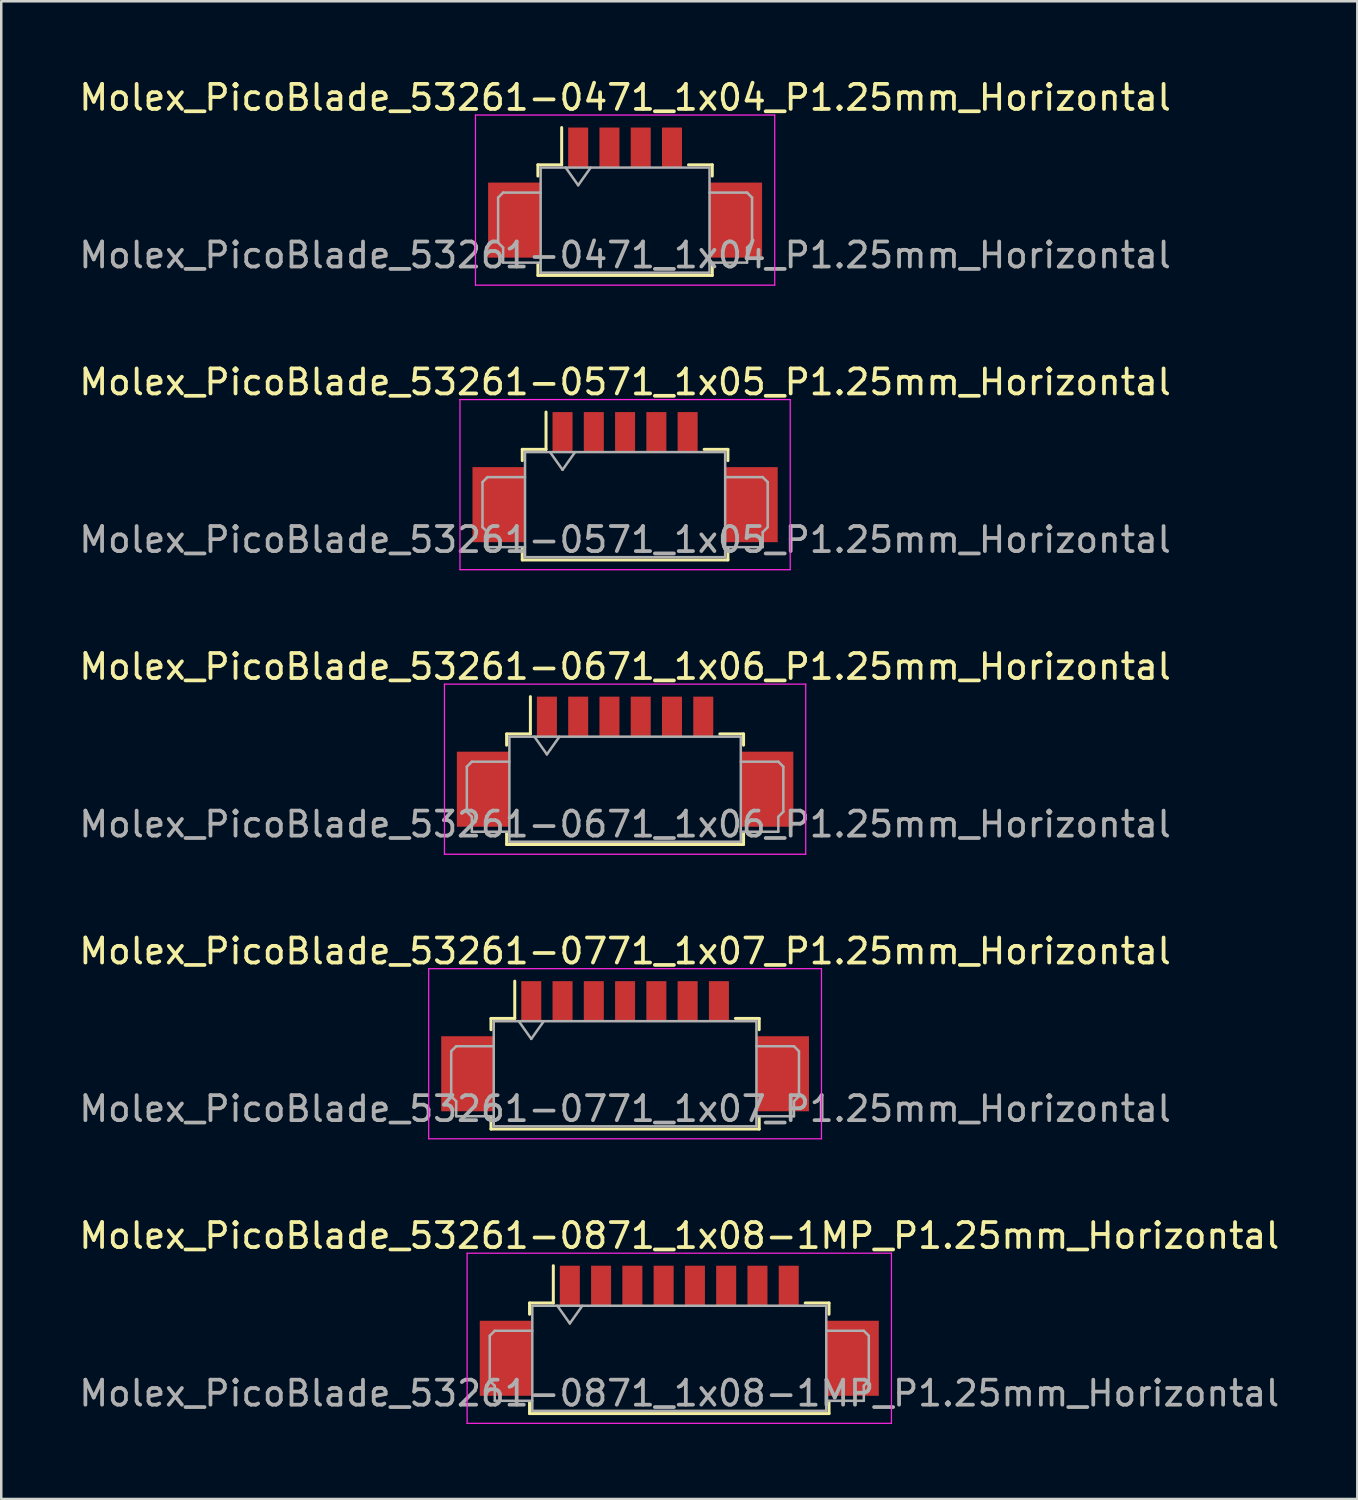
<source format=kicad_pcb>
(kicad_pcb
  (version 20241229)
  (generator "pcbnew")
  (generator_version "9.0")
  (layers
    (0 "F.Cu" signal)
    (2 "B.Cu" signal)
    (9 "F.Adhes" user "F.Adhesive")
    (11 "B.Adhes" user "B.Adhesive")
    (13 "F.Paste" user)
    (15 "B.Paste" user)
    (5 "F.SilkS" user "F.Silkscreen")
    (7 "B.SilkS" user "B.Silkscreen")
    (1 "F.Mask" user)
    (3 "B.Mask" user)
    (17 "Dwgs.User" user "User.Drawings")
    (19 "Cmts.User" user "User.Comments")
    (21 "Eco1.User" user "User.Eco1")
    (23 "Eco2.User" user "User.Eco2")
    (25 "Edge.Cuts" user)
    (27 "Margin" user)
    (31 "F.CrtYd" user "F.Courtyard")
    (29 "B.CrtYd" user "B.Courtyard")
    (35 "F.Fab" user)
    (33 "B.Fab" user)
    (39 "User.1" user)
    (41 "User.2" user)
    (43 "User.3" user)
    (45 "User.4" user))
  (footprint "Molex_PicoBlade_53261-0871_1x08-1MP_P1.25mm_Horizontal"
    (layer "F.Cu")
    (at 24.101 50.741)
    (property "Reference" "Molex_PicoBlade_53261-0871_1x08-1MP_P1.25mm_Horizontal" (at 0 -4.4 0) (layer "F.SilkS") (effects (font (size 1 1) (thickness 0.15))))
    (attr smd)
    (fp_line (start -5.985 -1.71) (end -5.035 -1.71) (stroke (width 0.12) (type solid)) (layer "F.SilkS"))
    (fp_line (start -5.985 -1.26) (end -5.985 -1.71) (stroke (width 0.12) (type solid)) (layer "F.SilkS"))
    (fp_line (start -5.985 2.26) (end -5.985 2.71) (stroke (width 0.12) (type solid)) (layer "F.SilkS"))
    (fp_line (start -5.985 2.71) (end 5.985 2.71) (stroke (width 0.12) (type solid)) (layer "F.SilkS"))
    (fp_line (start -5.035 -1.71) (end -5.035 -3.2) (stroke (width 0.12) (type solid)) (layer "F.SilkS"))
    (fp_line (start 5.985 -1.71) (end 5.035 -1.71) (stroke (width 0.12) (type solid)) (layer "F.SilkS"))
    (fp_line (start 5.985 -1.26) (end 5.985 -1.71) (stroke (width 0.12) (type solid)) (layer "F.SilkS"))
    (fp_line (start 5.985 2.71) (end 5.985 2.26) (stroke (width 0.12) (type solid)) (layer "F.SilkS"))
    (fp_line (start -8.48 -3.7) (end -8.48 3.1) (stroke (width 0.05) (type solid)) (layer "F.CrtYd"))
    (fp_line (start -8.48 3.1) (end 8.48 3.1) (stroke (width 0.05) (type solid)) (layer "F.CrtYd"))
    (fp_line (start 8.48 -3.7) (end -8.48 -3.7) (stroke (width 0.05) (type solid)) (layer "F.CrtYd"))
    (fp_line (start 8.48 3.1) (end 8.48 -3.7) (stroke (width 0.05) (type solid)) (layer "F.CrtYd"))
    (fp_line (start -7.575 -0.4) (end -7.575 1.4) (stroke (width 0.1) (type solid)) (layer "F.Fab"))
    (fp_line (start -7.575 1.4) (end -7.375 1.6) (stroke (width 0.1) (type solid)) (layer "F.Fab"))
    (fp_line (start -7.375 -0.6) (end -7.575 -0.4) (stroke (width 0.1) (type solid)) (layer "F.Fab"))
    (fp_line (start -7.375 1.6) (end -7.375 2.2) (stroke (width 0.1) (type solid)) (layer "F.Fab"))
    (fp_line (start -7.375 2.2) (end -5.875 2.2) (stroke (width 0.1) (type solid)) (layer "F.Fab"))
    (fp_line (start -5.875 -1.6) (end -5.875 2.6) (stroke (width 0.1) (type solid)) (layer "F.Fab"))
    (fp_line (start -5.875 -1.6) (end 5.875 -1.6) (stroke (width 0.1) (type solid)) (layer "F.Fab"))
    (fp_line (start -5.875 -0.6) (end -7.375 -0.6) (stroke (width 0.1) (type solid)) (layer "F.Fab"))
    (fp_line (start -5.875 2.6) (end 5.875 2.6) (stroke (width 0.1) (type solid)) (layer "F.Fab"))
    (fp_line (start -4.875 -1.6) (end -4.375 -0.893) (stroke (width 0.1) (type solid)) (layer "F.Fab"))
    (fp_line (start -4.375 -0.893) (end -3.875 -1.6) (stroke (width 0.1) (type solid)) (layer "F.Fab"))
    (fp_line (start 5.875 -1.6) (end 5.875 2.6) (stroke (width 0.1) (type solid)) (layer "F.Fab"))
    (fp_line (start 5.875 -0.6) (end 7.375 -0.6) (stroke (width 0.1) (type solid)) (layer "F.Fab"))
    (fp_line (start 7.375 -0.6) (end 7.575 -0.4) (stroke (width 0.1) (type solid)) (layer "F.Fab"))
    (fp_line (start 7.375 1.6) (end 7.375 2.2) (stroke (width 0.1) (type solid)) (layer "F.Fab"))
    (fp_line (start 7.375 2.2) (end 5.875 2.2) (stroke (width 0.1) (type solid)) (layer "F.Fab"))
    (fp_line (start 7.575 -0.4) (end 7.575 1.4) (stroke (width 0.1) (type solid)) (layer "F.Fab"))
    (fp_line (start 7.575 1.4) (end 7.375 1.6) (stroke (width 0.1) (type solid)) (layer "F.Fab"))
    (fp_text user "${REFERENCE}" (at 0 1.9 0) (layer "F.Fab") (effects (font (size 1 1) (thickness 0.15))))
    (pad "1" smd rect (at -4.375 -2.4) (size 0.8 1.6) (layers "F.Cu" "F.Mask" "F.Paste"))
    (pad "2" smd rect (at -3.125 -2.4) (size 0.8 1.6) (layers "F.Cu" "F.Mask" "F.Paste"))
    (pad "3" smd rect (at -1.875 -2.4) (size 0.8 1.6) (layers "F.Cu" "F.Mask" "F.Paste"))
    (pad "4" smd rect (at -0.625 -2.4) (size 0.8 1.6) (layers "F.Cu" "F.Mask" "F.Paste"))
    (pad "5" smd rect (at 0.625 -2.4) (size 0.8 1.6) (layers "F.Cu" "F.Mask" "F.Paste"))
    (pad "6" smd rect (at 1.875 -2.4) (size 0.8 1.6) (layers "F.Cu" "F.Mask" "F.Paste"))
    (pad "7" smd rect (at 3.125 -2.4) (size 0.8 1.6) (layers "F.Cu" "F.Mask" "F.Paste"))
    (pad "8" smd rect (at 4.375 -2.4) (size 0.8 1.6) (layers "F.Cu" "F.Mask" "F.Paste"))
    (pad "MP" smd rect (at -6.925 0.5) (size 2.1 3) (layers "F.Cu" "F.Mask" "F.Paste"))
    (pad "MP" smd rect (at 6.925 0.5) (size 2.1 3) (layers "F.Cu" "F.Mask" "F.Paste")))
  (footprint "Molex_PicoBlade_53261-0771_1x07_P1.25mm_Horizontal"
    (layer "F.Cu")
    (at 21.935 39.768)
    (property "Reference" "Molex_PicoBlade_53261-0771_1x07_P1.25mm_Horizontal" (at 0 -4.8 0) (layer "F.SilkS") (effects (font (size 1 1) (thickness 0.15))))
    (attr smd)
    (fp_line (start -5.36 -2.11) (end -4.41 -2.11) (stroke (width 0.12) (type solid)) (layer "F.SilkS"))
    (fp_line (start -5.36 -1.66) (end -5.36 -2.11) (stroke (width 0.12) (type solid)) (layer "F.SilkS"))
    (fp_line (start -5.36 1.86) (end -5.36 2.31) (stroke (width 0.12) (type solid)) (layer "F.SilkS"))
    (fp_line (start -5.36 2.31) (end 5.36 2.31) (stroke (width 0.12) (type solid)) (layer "F.SilkS"))
    (fp_line (start -4.41 -2.11) (end -4.41 -3.6) (stroke (width 0.12) (type solid)) (layer "F.SilkS"))
    (fp_line (start 5.36 -2.11) (end 4.41 -2.11) (stroke (width 0.12) (type solid)) (layer "F.SilkS"))
    (fp_line (start 5.36 -1.66) (end 5.36 -2.11) (stroke (width 0.12) (type solid)) (layer "F.SilkS"))
    (fp_line (start 5.36 2.31) (end 5.36 1.86) (stroke (width 0.12) (type solid)) (layer "F.SilkS"))
    (fp_line (start -7.85 -4.1) (end -7.85 2.7) (stroke (width 0.05) (type solid)) (layer "F.CrtYd"))
    (fp_line (start -7.85 2.7) (end 7.85 2.7) (stroke (width 0.05) (type solid)) (layer "F.CrtYd"))
    (fp_line (start 7.85 -4.1) (end -7.85 -4.1) (stroke (width 0.05) (type solid)) (layer "F.CrtYd"))
    (fp_line (start 7.85 2.7) (end 7.85 -4.1) (stroke (width 0.05) (type solid)) (layer "F.CrtYd"))
    (fp_line (start -6.95 -0.8) (end -6.95 1) (stroke (width 0.1) (type solid)) (layer "F.Fab"))
    (fp_line (start -6.95 1) (end -6.75 1.2) (stroke (width 0.1) (type solid)) (layer "F.Fab"))
    (fp_line (start -6.75 -1) (end -6.95 -0.8) (stroke (width 0.1) (type solid)) (layer "F.Fab"))
    (fp_line (start -6.75 1.2) (end -6.75 1.8) (stroke (width 0.1) (type solid)) (layer "F.Fab"))
    (fp_line (start -6.75 1.8) (end -5.25 1.8) (stroke (width 0.1) (type solid)) (layer "F.Fab"))
    (fp_line (start -5.25 -2) (end -5.25 2.2) (stroke (width 0.1) (type solid)) (layer "F.Fab"))
    (fp_line (start -5.25 -2) (end 5.25 -2) (stroke (width 0.1) (type solid)) (layer "F.Fab"))
    (fp_line (start -5.25 -1) (end -6.75 -1) (stroke (width 0.1) (type solid)) (layer "F.Fab"))
    (fp_line (start -5.25 2.2) (end 5.25 2.2) (stroke (width 0.1) (type solid)) (layer "F.Fab"))
    (fp_line (start -4.25 -2) (end -3.75 -1.293) (stroke (width 0.1) (type solid)) (layer "F.Fab"))
    (fp_line (start -3.75 -1.293) (end -3.25 -2) (stroke (width 0.1) (type solid)) (layer "F.Fab"))
    (fp_line (start 5.25 -2) (end 5.25 2.2) (stroke (width 0.1) (type solid)) (layer "F.Fab"))
    (fp_line (start 5.25 -1) (end 6.75 -1) (stroke (width 0.1) (type solid)) (layer "F.Fab"))
    (fp_line (start 6.75 -1) (end 6.95 -0.8) (stroke (width 0.1) (type solid)) (layer "F.Fab"))
    (fp_line (start 6.75 1.2) (end 6.75 1.8) (stroke (width 0.1) (type solid)) (layer "F.Fab"))
    (fp_line (start 6.75 1.8) (end 5.25 1.8) (stroke (width 0.1) (type solid)) (layer "F.Fab"))
    (fp_line (start 6.95 -0.8) (end 6.95 1) (stroke (width 0.1) (type solid)) (layer "F.Fab"))
    (fp_line (start 6.95 1) (end 6.75 1.2) (stroke (width 0.1) (type solid)) (layer "F.Fab"))
    (fp_text user "${REFERENCE}" (at 0 1.5 0) (layer "F.Fab") (effects (font (size 1 1) (thickness 0.15))))
    (pad "" smd rect (at -6.3 0.1) (size 2.1 3) (layers "F.Cu" "F.Mask" "F.Paste"))
    (pad "" smd rect (at 6.3 0.1) (size 2.1 3) (layers "F.Cu" "F.Mask" "F.Paste"))
    (pad "1" smd rect (at -3.75 -2.8) (size 0.8 1.6) (layers "F.Cu" "F.Mask" "F.Paste"))
    (pad "2" smd rect (at -2.5 -2.8) (size 0.8 1.6) (layers "F.Cu" "F.Mask" "F.Paste"))
    (pad "3" smd rect (at -1.25 -2.8) (size 0.8 1.6) (layers "F.Cu" "F.Mask" "F.Paste"))
    (pad "4" smd rect (at 0 -2.8) (size 0.8 1.6) (layers "F.Cu" "F.Mask" "F.Paste"))
    (pad "5" smd rect (at 1.25 -2.8) (size 0.8 1.6) (layers "F.Cu" "F.Mask" "F.Paste"))
    (pad "6" smd rect (at 2.5 -2.8) (size 0.8 1.6) (layers "F.Cu" "F.Mask" "F.Paste"))
    (pad "7" smd rect (at 3.75 -2.8) (size 0.8 1.6) (layers "F.Cu" "F.Mask" "F.Paste")))
  (footprint "Molex_PicoBlade_53261-0571_1x05_P1.25mm_Horizontal"
    (layer "F.Cu")
    (at 21.935 17.021)
    (property "Reference" "Molex_PicoBlade_53261-0571_1x05_P1.25mm_Horizontal" (at 0 -4.8 0) (layer "F.SilkS") (effects (font (size 1 1) (thickness 0.15))))
    (attr smd)
    (fp_line (start -4.11 -2.11) (end -3.16 -2.11) (stroke (width 0.12) (type solid)) (layer "F.SilkS"))
    (fp_line (start -4.11 -1.66) (end -4.11 -2.11) (stroke (width 0.12) (type solid)) (layer "F.SilkS"))
    (fp_line (start -4.11 1.86) (end -4.11 2.31) (stroke (width 0.12) (type solid)) (layer "F.SilkS"))
    (fp_line (start -4.11 2.31) (end 4.11 2.31) (stroke (width 0.12) (type solid)) (layer "F.SilkS"))
    (fp_line (start -3.16 -2.11) (end -3.16 -3.6) (stroke (width 0.12) (type solid)) (layer "F.SilkS"))
    (fp_line (start 4.11 -2.11) (end 3.16 -2.11) (stroke (width 0.12) (type solid)) (layer "F.SilkS"))
    (fp_line (start 4.11 -1.66) (end 4.11 -2.11) (stroke (width 0.12) (type solid)) (layer "F.SilkS"))
    (fp_line (start 4.11 2.31) (end 4.11 1.86) (stroke (width 0.12) (type solid)) (layer "F.SilkS"))
    (fp_line (start -6.6 -4.1) (end -6.6 2.7) (stroke (width 0.05) (type solid)) (layer "F.CrtYd"))
    (fp_line (start -6.6 2.7) (end 6.6 2.7) (stroke (width 0.05) (type solid)) (layer "F.CrtYd"))
    (fp_line (start 6.6 -4.1) (end -6.6 -4.1) (stroke (width 0.05) (type solid)) (layer "F.CrtYd"))
    (fp_line (start 6.6 2.7) (end 6.6 -4.1) (stroke (width 0.05) (type solid)) (layer "F.CrtYd"))
    (fp_line (start -5.7 -0.8) (end -5.7 1) (stroke (width 0.1) (type solid)) (layer "F.Fab"))
    (fp_line (start -5.7 1) (end -5.5 1.2) (stroke (width 0.1) (type solid)) (layer "F.Fab"))
    (fp_line (start -5.5 -1) (end -5.7 -0.8) (stroke (width 0.1) (type solid)) (layer "F.Fab"))
    (fp_line (start -5.5 1.2) (end -5.5 1.8) (stroke (width 0.1) (type solid)) (layer "F.Fab"))
    (fp_line (start -5.5 1.8) (end -4 1.8) (stroke (width 0.1) (type solid)) (layer "F.Fab"))
    (fp_line (start -4 -2) (end -4 2.2) (stroke (width 0.1) (type solid)) (layer "F.Fab"))
    (fp_line (start -4 -2) (end 4 -2) (stroke (width 0.1) (type solid)) (layer "F.Fab"))
    (fp_line (start -4 -1) (end -5.5 -1) (stroke (width 0.1) (type solid)) (layer "F.Fab"))
    (fp_line (start -4 2.2) (end 4 2.2) (stroke (width 0.1) (type solid)) (layer "F.Fab"))
    (fp_line (start -3 -2) (end -2.5 -1.293) (stroke (width 0.1) (type solid)) (layer "F.Fab"))
    (fp_line (start -2.5 -1.293) (end -2 -2) (stroke (width 0.1) (type solid)) (layer "F.Fab"))
    (fp_line (start 4 -2) (end 4 2.2) (stroke (width 0.1) (type solid)) (layer "F.Fab"))
    (fp_line (start 4 -1) (end 5.5 -1) (stroke (width 0.1) (type solid)) (layer "F.Fab"))
    (fp_line (start 5.5 -1) (end 5.7 -0.8) (stroke (width 0.1) (type solid)) (layer "F.Fab"))
    (fp_line (start 5.5 1.2) (end 5.5 1.8) (stroke (width 0.1) (type solid)) (layer "F.Fab"))
    (fp_line (start 5.5 1.8) (end 4 1.8) (stroke (width 0.1) (type solid)) (layer "F.Fab"))
    (fp_line (start 5.7 -0.8) (end 5.7 1) (stroke (width 0.1) (type solid)) (layer "F.Fab"))
    (fp_line (start 5.7 1) (end 5.5 1.2) (stroke (width 0.1) (type solid)) (layer "F.Fab"))
    (fp_text user "${REFERENCE}" (at 0 1.5 0) (layer "F.Fab") (effects (font (size 1 1) (thickness 0.15))))
    (pad "" smd rect (at -5.05 0.1) (size 2.1 3) (layers "F.Cu" "F.Mask" "F.Paste"))
    (pad "" smd rect (at 5.05 0.1) (size 2.1 3) (layers "F.Cu" "F.Mask" "F.Paste"))
    (pad "1" smd rect (at -2.5 -2.8) (size 0.8 1.6) (layers "F.Cu" "F.Mask" "F.Paste"))
    (pad "2" smd rect (at -1.25 -2.8) (size 0.8 1.6) (layers "F.Cu" "F.Mask" "F.Paste"))
    (pad "3" smd rect (at 0 -2.8) (size 0.8 1.6) (layers "F.Cu" "F.Mask" "F.Paste"))
    (pad "4" smd rect (at 1.25 -2.8) (size 0.8 1.6) (layers "F.Cu" "F.Mask" "F.Paste"))
    (pad "5" smd rect (at 2.5 -2.8) (size 0.8 1.6) (layers "F.Cu" "F.Mask" "F.Paste")))
  (footprint "Molex_PicoBlade_53261-0671_1x06_P1.25mm_Horizontal"
    (layer "F.Cu")
    (at 21.935 28.395)
    (property "Reference" "Molex_PicoBlade_53261-0671_1x06_P1.25mm_Horizontal" (at 0 -4.8 0) (layer "F.SilkS") (effects (font (size 1 1) (thickness 0.15))))
    (attr smd)
    (fp_line (start -4.735 -2.11) (end -3.785 -2.11) (stroke (width 0.12) (type solid)) (layer "F.SilkS"))
    (fp_line (start -4.735 -1.66) (end -4.735 -2.11) (stroke (width 0.12) (type solid)) (layer "F.SilkS"))
    (fp_line (start -4.735 1.86) (end -4.735 2.31) (stroke (width 0.12) (type solid)) (layer "F.SilkS"))
    (fp_line (start -4.735 2.31) (end 4.735 2.31) (stroke (width 0.12) (type solid)) (layer "F.SilkS"))
    (fp_line (start -3.785 -2.11) (end -3.785 -3.6) (stroke (width 0.12) (type solid)) (layer "F.SilkS"))
    (fp_line (start 4.735 -2.11) (end 3.785 -2.11) (stroke (width 0.12) (type solid)) (layer "F.SilkS"))
    (fp_line (start 4.735 -1.66) (end 4.735 -2.11) (stroke (width 0.12) (type solid)) (layer "F.SilkS"))
    (fp_line (start 4.735 2.31) (end 4.735 1.86) (stroke (width 0.12) (type solid)) (layer "F.SilkS"))
    (fp_line (start -7.22 -4.1) (end -7.22 2.7) (stroke (width 0.05) (type solid)) (layer "F.CrtYd"))
    (fp_line (start -7.22 2.7) (end 7.22 2.7) (stroke (width 0.05) (type solid)) (layer "F.CrtYd"))
    (fp_line (start 7.22 -4.1) (end -7.22 -4.1) (stroke (width 0.05) (type solid)) (layer "F.CrtYd"))
    (fp_line (start 7.22 2.7) (end 7.22 -4.1) (stroke (width 0.05) (type solid)) (layer "F.CrtYd"))
    (fp_line (start -6.325 -0.8) (end -6.325 1) (stroke (width 0.1) (type solid)) (layer "F.Fab"))
    (fp_line (start -6.325 1) (end -6.125 1.2) (stroke (width 0.1) (type solid)) (layer "F.Fab"))
    (fp_line (start -6.125 -1) (end -6.325 -0.8) (stroke (width 0.1) (type solid)) (layer "F.Fab"))
    (fp_line (start -6.125 1.2) (end -6.125 1.8) (stroke (width 0.1) (type solid)) (layer "F.Fab"))
    (fp_line (start -6.125 1.8) (end -4.625 1.8) (stroke (width 0.1) (type solid)) (layer "F.Fab"))
    (fp_line (start -4.625 -2) (end -4.625 2.2) (stroke (width 0.1) (type solid)) (layer "F.Fab"))
    (fp_line (start -4.625 -2) (end 4.625 -2) (stroke (width 0.1) (type solid)) (layer "F.Fab"))
    (fp_line (start -4.625 -1) (end -6.125 -1) (stroke (width 0.1) (type solid)) (layer "F.Fab"))
    (fp_line (start -4.625 2.2) (end 4.625 2.2) (stroke (width 0.1) (type solid)) (layer "F.Fab"))
    (fp_line (start -3.625 -2) (end -3.125 -1.293) (stroke (width 0.1) (type solid)) (layer "F.Fab"))
    (fp_line (start -3.125 -1.293) (end -2.625 -2) (stroke (width 0.1) (type solid)) (layer "F.Fab"))
    (fp_line (start 4.625 -2) (end 4.625 2.2) (stroke (width 0.1) (type solid)) (layer "F.Fab"))
    (fp_line (start 4.625 -1) (end 6.125 -1) (stroke (width 0.1) (type solid)) (layer "F.Fab"))
    (fp_line (start 6.125 -1) (end 6.325 -0.8) (stroke (width 0.1) (type solid)) (layer "F.Fab"))
    (fp_line (start 6.125 1.2) (end 6.125 1.8) (stroke (width 0.1) (type solid)) (layer "F.Fab"))
    (fp_line (start 6.125 1.8) (end 4.625 1.8) (stroke (width 0.1) (type solid)) (layer "F.Fab"))
    (fp_line (start 6.325 -0.8) (end 6.325 1) (stroke (width 0.1) (type solid)) (layer "F.Fab"))
    (fp_line (start 6.325 1) (end 6.125 1.2) (stroke (width 0.1) (type solid)) (layer "F.Fab"))
    (fp_text user "${REFERENCE}" (at 0 1.5 0) (layer "F.Fab") (effects (font (size 1 1) (thickness 0.15))))
    (pad "" smd rect (at -5.675 0.1) (size 2.1 3) (layers "F.Cu" "F.Mask" "F.Paste"))
    (pad "" smd rect (at 5.675 0.1) (size 2.1 3) (layers "F.Cu" "F.Mask" "F.Paste"))
    (pad "1" smd rect (at -3.125 -2.8) (size 0.8 1.6) (layers "F.Cu" "F.Mask" "F.Paste"))
    (pad "2" smd rect (at -1.875 -2.8) (size 0.8 1.6) (layers "F.Cu" "F.Mask" "F.Paste"))
    (pad "3" smd rect (at -0.625 -2.8) (size 0.8 1.6) (layers "F.Cu" "F.Mask" "F.Paste"))
    (pad "4" smd rect (at 0.625 -2.8) (size 0.8 1.6) (layers "F.Cu" "F.Mask" "F.Paste"))
    (pad "5" smd rect (at 1.875 -2.8) (size 0.8 1.6) (layers "F.Cu" "F.Mask" "F.Paste"))
    (pad "6" smd rect (at 3.125 -2.8) (size 0.8 1.6) (layers "F.Cu" "F.Mask" "F.Paste")))
  (footprint "Molex_PicoBlade_53261-0471_1x04_P1.25mm_Horizontal"
    (layer "F.Cu")
    (at 21.935 5.648)
    (property "Reference" "Molex_PicoBlade_53261-0471_1x04_P1.25mm_Horizontal" (at 0 -4.8 0) (layer "F.SilkS") (effects (font (size 1 1) (thickness 0.15))))
    (attr smd)
    (fp_line (start -3.485 -2.11) (end -2.535 -2.11) (stroke (width 0.12) (type solid)) (layer "F.SilkS"))
    (fp_line (start -3.485 -1.66) (end -3.485 -2.11) (stroke (width 0.12) (type solid)) (layer "F.SilkS"))
    (fp_line (start -3.485 1.86) (end -3.485 2.31) (stroke (width 0.12) (type solid)) (layer "F.SilkS"))
    (fp_line (start -3.485 2.31) (end 3.485 2.31) (stroke (width 0.12) (type solid)) (layer "F.SilkS"))
    (fp_line (start -2.535 -2.11) (end -2.535 -3.6) (stroke (width 0.12) (type solid)) (layer "F.SilkS"))
    (fp_line (start 3.485 -2.11) (end 2.535 -2.11) (stroke (width 0.12) (type solid)) (layer "F.SilkS"))
    (fp_line (start 3.485 -1.66) (end 3.485 -2.11) (stroke (width 0.12) (type solid)) (layer "F.SilkS"))
    (fp_line (start 3.485 2.31) (end 3.485 1.86) (stroke (width 0.12) (type solid)) (layer "F.SilkS"))
    (fp_line (start -5.98 -4.1) (end -5.98 2.7) (stroke (width 0.05) (type solid)) (layer "F.CrtYd"))
    (fp_line (start -5.98 2.7) (end 5.98 2.7) (stroke (width 0.05) (type solid)) (layer "F.CrtYd"))
    (fp_line (start 5.98 -4.1) (end -5.98 -4.1) (stroke (width 0.05) (type solid)) (layer "F.CrtYd"))
    (fp_line (start 5.98 2.7) (end 5.98 -4.1) (stroke (width 0.05) (type solid)) (layer "F.CrtYd"))
    (fp_line (start -5.075 -0.8) (end -5.075 1) (stroke (width 0.1) (type solid)) (layer "F.Fab"))
    (fp_line (start -5.075 1) (end -4.875 1.2) (stroke (width 0.1) (type solid)) (layer "F.Fab"))
    (fp_line (start -4.875 -1) (end -5.075 -0.8) (stroke (width 0.1) (type solid)) (layer "F.Fab"))
    (fp_line (start -4.875 1.2) (end -4.875 1.8) (stroke (width 0.1) (type solid)) (layer "F.Fab"))
    (fp_line (start -4.875 1.8) (end -3.375 1.8) (stroke (width 0.1) (type solid)) (layer "F.Fab"))
    (fp_line (start -3.375 -2) (end -3.375 2.2) (stroke (width 0.1) (type solid)) (layer "F.Fab"))
    (fp_line (start -3.375 -2) (end 3.375 -2) (stroke (width 0.1) (type solid)) (layer "F.Fab"))
    (fp_line (start -3.375 -1) (end -4.875 -1) (stroke (width 0.1) (type solid)) (layer "F.Fab"))
    (fp_line (start -3.375 2.2) (end 3.375 2.2) (stroke (width 0.1) (type solid)) (layer "F.Fab"))
    (fp_line (start -2.375 -2) (end -1.875 -1.293) (stroke (width 0.1) (type solid)) (layer "F.Fab"))
    (fp_line (start -1.875 -1.293) (end -1.375 -2) (stroke (width 0.1) (type solid)) (layer "F.Fab"))
    (fp_line (start 3.375 -2) (end 3.375 2.2) (stroke (width 0.1) (type solid)) (layer "F.Fab"))
    (fp_line (start 3.375 -1) (end 4.875 -1) (stroke (width 0.1) (type solid)) (layer "F.Fab"))
    (fp_line (start 4.875 -1) (end 5.075 -0.8) (stroke (width 0.1) (type solid)) (layer "F.Fab"))
    (fp_line (start 4.875 1.2) (end 4.875 1.8) (stroke (width 0.1) (type solid)) (layer "F.Fab"))
    (fp_line (start 4.875 1.8) (end 3.375 1.8) (stroke (width 0.1) (type solid)) (layer "F.Fab"))
    (fp_line (start 5.075 -0.8) (end 5.075 1) (stroke (width 0.1) (type solid)) (layer "F.Fab"))
    (fp_line (start 5.075 1) (end 4.875 1.2) (stroke (width 0.1) (type solid)) (layer "F.Fab"))
    (fp_text user "${REFERENCE}" (at 0 1.5 0) (layer "F.Fab") (effects (font (size 1 1) (thickness 0.15))))
    (pad "" smd rect (at -4.425 0.1) (size 2.1 3) (layers "F.Cu" "F.Mask" "F.Paste"))
    (pad "" smd rect (at 4.425 0.1) (size 2.1 3) (layers "F.Cu" "F.Mask" "F.Paste"))
    (pad "1" smd rect (at -1.875 -2.8) (size 0.8 1.6) (layers "F.Cu" "F.Mask" "F.Paste"))
    (pad "2" smd rect (at -0.625 -2.8) (size 0.8 1.6) (layers "F.Cu" "F.Mask" "F.Paste"))
    (pad "3" smd rect (at 0.625 -2.8) (size 0.8 1.6) (layers "F.Cu" "F.Mask" "F.Paste"))
    (pad "4" smd rect (at 1.875 -2.8) (size 0.8 1.6) (layers "F.Cu" "F.Mask" "F.Paste")))
  (gr_rect
    (start -3 -3)
    (end 51.202 56.866)
    (stroke (width 0.1) (type default))
    (fill no)
    (layer "Edge.Cuts")))
</source>
